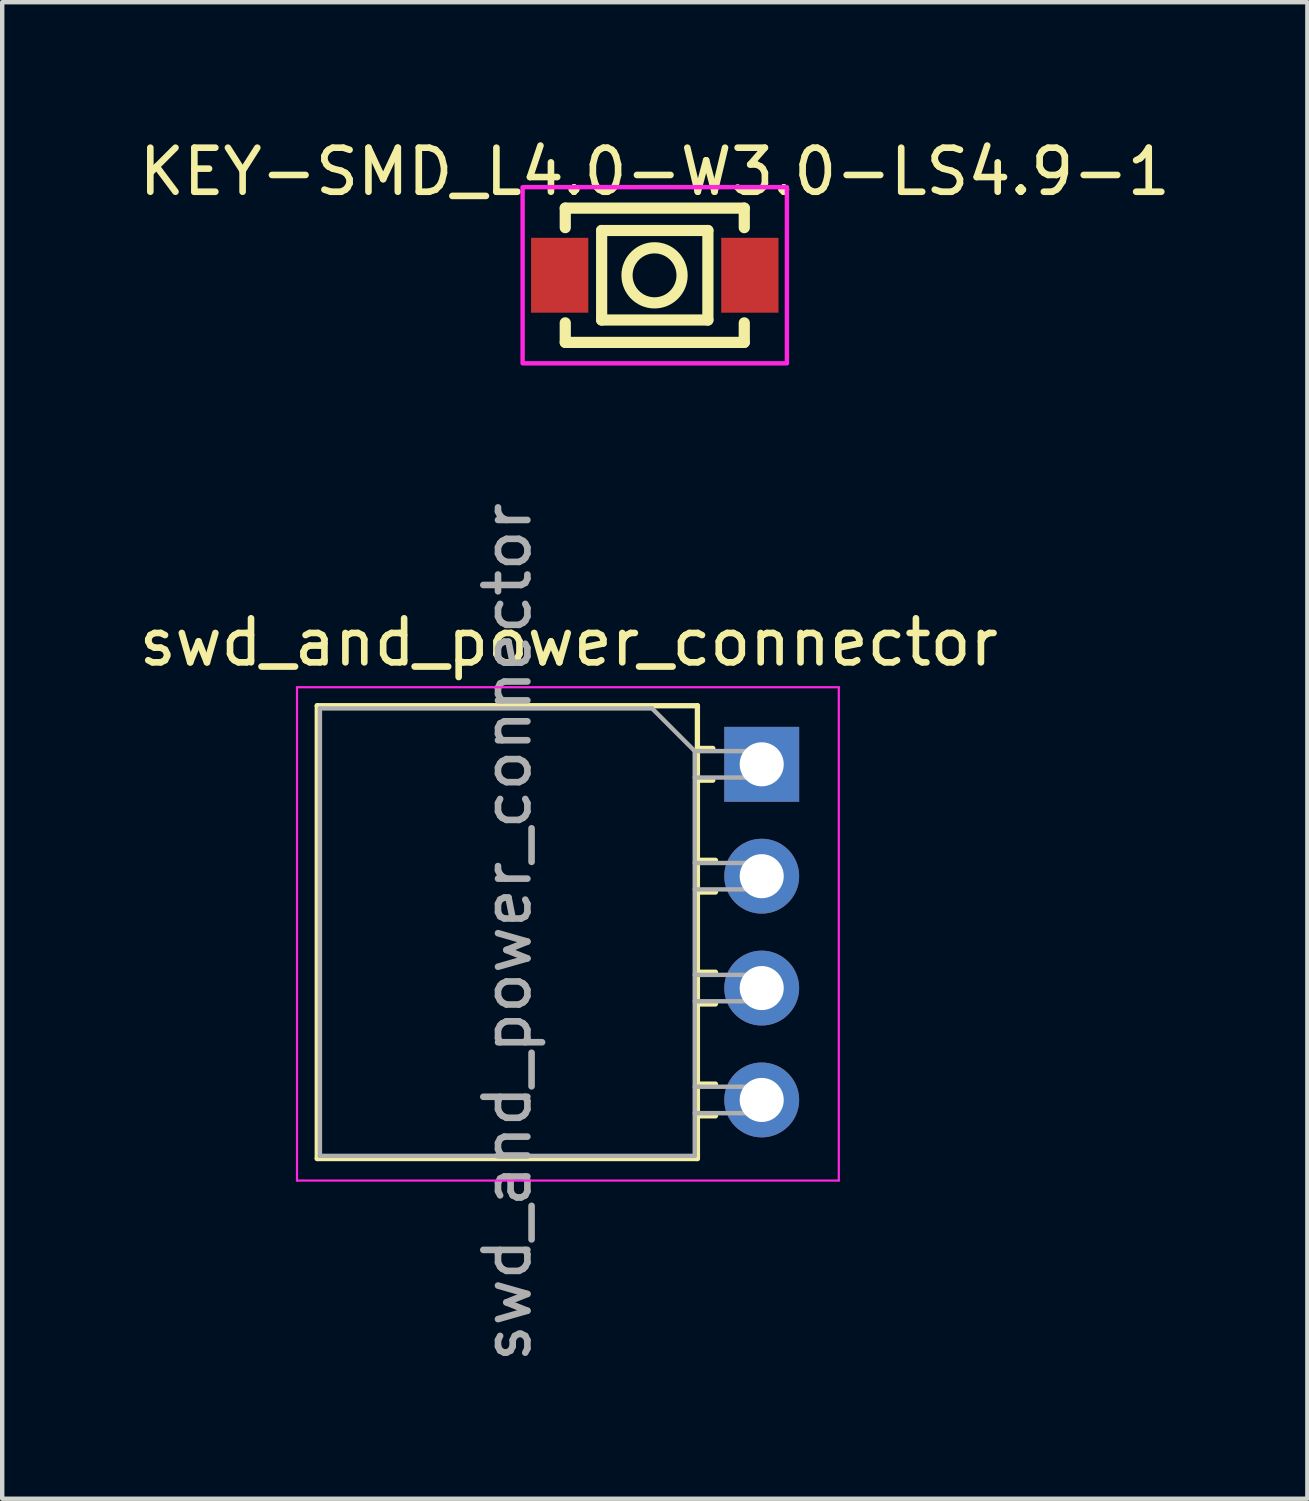
<source format=kicad_pcb>
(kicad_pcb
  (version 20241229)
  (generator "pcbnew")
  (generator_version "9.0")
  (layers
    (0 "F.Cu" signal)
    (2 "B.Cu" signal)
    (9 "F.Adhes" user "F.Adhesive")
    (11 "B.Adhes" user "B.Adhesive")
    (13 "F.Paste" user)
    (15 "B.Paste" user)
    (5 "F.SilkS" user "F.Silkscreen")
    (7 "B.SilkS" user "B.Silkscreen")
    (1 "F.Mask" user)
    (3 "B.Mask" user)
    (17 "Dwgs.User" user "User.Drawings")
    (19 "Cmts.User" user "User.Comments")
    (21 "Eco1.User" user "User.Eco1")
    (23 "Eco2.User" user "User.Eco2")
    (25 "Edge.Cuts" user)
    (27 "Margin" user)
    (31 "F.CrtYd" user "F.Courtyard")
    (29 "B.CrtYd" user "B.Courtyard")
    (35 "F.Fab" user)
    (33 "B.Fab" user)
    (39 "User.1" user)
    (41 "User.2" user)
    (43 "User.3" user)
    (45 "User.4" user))
  (footprint "KEY-SMD_L4.0-W3.0-LS4.9-1"
    (layer "F.Cu")
    (at 11.815 3.199)
    (property "Reference" "KEY-SMD_L4.0-W3.0-LS4.9-1" (at 0 -2.351 180) (layer "F.SilkS") (effects (font (size 1 1) (thickness 0.15))))
    (fp_line (start -2.032 -1.524) (end 2.032 -1.524) (stroke (width 0.254) (type default)) (layer "F.SilkS"))
    (fp_line (start -2.032 -1.081) (end -2.032 -1.524) (stroke (width 0.254) (type default)) (layer "F.SilkS"))
    (fp_line (start -2.032 1.524) (end -2.032 1.081) (stroke (width 0.254) (type default)) (layer "F.SilkS"))
    (fp_line (start -1.206 -1.016) (end 1.206 -1.016) (stroke (width 0.254) (type default)) (layer "F.SilkS"))
    (fp_line (start -1.206 1.016) (end -1.206 -1.016) (stroke (width 0.254) (type default)) (layer "F.SilkS"))
    (fp_line (start 1.206 -1.016) (end 1.206 1.016) (stroke (width 0.254) (type default)) (layer "F.SilkS"))
    (fp_line (start 1.206 1.016) (end -1.206 1.016) (stroke (width 0.254) (type default)) (layer "F.SilkS"))
    (fp_line (start 2.032 -1.524) (end 2.032 -1.081) (stroke (width 0.254) (type default)) (layer "F.SilkS"))
    (fp_line (start 2.032 1.081) (end 2.032 1.524) (stroke (width 0.254) (type default)) (layer "F.SilkS"))
    (fp_line (start 2.032 1.524) (end -2.032 1.524) (stroke (width 0.254) (type default)) (layer "F.SilkS"))
    (fp_circle (center -0.005 0.002) (end 0.62 0.002) (stroke (width 0.254) (type default)) (fill no) (layer "F.SilkS"))
    (fp_rect (start -3 -2) (end 3 2) (stroke (width 0.1) (type solid)) (fill no) (layer "F.CrtYd"))
    (fp_line (start -1.95 -1.45) (end 1.95 -1.45) (stroke (width 0.051) (type default)) (layer "User.2"))
    (fp_line (start -1.95 1.45) (end -1.95 -1.45) (stroke (width 0.051) (type default)) (layer "User.2"))
    (fp_line (start 1.95 -1.45) (end 1.95 1.45) (stroke (width 0.051) (type default)) (layer "User.2"))
    (fp_line (start 1.95 1.45) (end -1.95 1.45) (stroke (width 0.051) (type default)) (layer "User.2"))
    (pad "1" smd rect (at -2.159 0) (size 1.3 1.7) (layers "F.Cu" "F.Mask" "F.Paste"))
    (pad "2" smd rect (at 2.159 0) (size 1.3 1.7) (layers "F.Cu" "F.Mask" "F.Paste")))
  (footprint "swd_and_power_connector"
    (layer "F.Cu")
    (at 14.243 14.302)
    (property "Reference" "swd_and_power_connector" (at -4.38 -2.77 180) (layer "F.SilkS") (effects (font (size 1 1) (thickness 0.15))))
    (attr through_hole)
    (fp_line (start -10.09 -1.33) (end -10.09 8.95) (stroke (width 0.12) (type solid)) (layer "F.SilkS"))
    (fp_line (start -10.09 -1.33) (end -1.46 -1.33) (stroke (width 0.12) (type solid)) (layer "F.SilkS"))
    (fp_line (start -10.09 8.95) (end -1.46 8.95) (stroke (width 0.12) (type solid)) (layer "F.SilkS"))
    (fp_line (start -1.46 -1.33) (end -1.46 8.95) (stroke (width 0.12) (type solid)) (layer "F.SilkS"))
    (fp_line (start -1.46 -0.36) (end -1.11 -0.36) (stroke (width 0.12) (type solid)) (layer "F.SilkS"))
    (fp_line (start -1.46 0.36) (end -1.11 0.36) (stroke (width 0.12) (type solid)) (layer "F.SilkS"))
    (fp_line (start -1.46 2.18) (end -1.05 2.18) (stroke (width 0.12) (type solid)) (layer "F.SilkS"))
    (fp_line (start -1.46 2.9) (end -1.05 2.9) (stroke (width 0.12) (type solid)) (layer "F.SilkS"))
    (fp_line (start -1.46 4.72) (end -1.05 4.72) (stroke (width 0.12) (type solid)) (layer "F.SilkS"))
    (fp_line (start -1.46 5.44) (end -1.05 5.44) (stroke (width 0.12) (type solid)) (layer "F.SilkS"))
    (fp_line (start -1.46 7.26) (end -1.05 7.26) (stroke (width 0.12) (type solid)) (layer "F.SilkS"))
    (fp_line (start -1.46 7.98) (end -1.05 7.98) (stroke (width 0.12) (type solid)) (layer "F.SilkS"))
    (fp_line (start -10.55 -1.75) (end -10.55 9.45) (stroke (width 0.05) (type solid)) (layer "F.CrtYd"))
    (fp_line (start -10.55 9.45) (end 1.75 9.45) (stroke (width 0.05) (type solid)) (layer "F.CrtYd"))
    (fp_line (start 1.75 -1.75) (end -10.55 -1.75) (stroke (width 0.05) (type solid)) (layer "F.CrtYd"))
    (fp_line (start 1.75 9.45) (end 1.75 -1.75) (stroke (width 0.05) (type solid)) (layer "F.CrtYd"))
    (fp_line (start -10.03 -1.27) (end -2.49 -1.27) (stroke (width 0.1) (type solid)) (layer "F.Fab"))
    (fp_line (start -10.03 8.89) (end -10.03 -1.27) (stroke (width 0.1) (type solid)) (layer "F.Fab"))
    (fp_line (start -2.49 -1.27) (end -1.52 -0.3) (stroke (width 0.1) (type solid)) (layer "F.Fab"))
    (fp_line (start -1.52 -0.3) (end -1.52 8.89) (stroke (width 0.1) (type solid)) (layer "F.Fab"))
    (fp_line (start -1.52 0.3) (end 0 0.3) (stroke (width 0.1) (type solid)) (layer "F.Fab"))
    (fp_line (start -1.52 2.84) (end 0 2.84) (stroke (width 0.1) (type solid)) (layer "F.Fab"))
    (fp_line (start -1.52 5.38) (end 0 5.38) (stroke (width 0.1) (type solid)) (layer "F.Fab"))
    (fp_line (start -1.52 7.92) (end 0 7.92) (stroke (width 0.1) (type solid)) (layer "F.Fab"))
    (fp_line (start -1.52 8.89) (end -10.03 8.89) (stroke (width 0.1) (type solid)) (layer "F.Fab"))
    (fp_line (start 0 -0.3) (end -1.52 -0.3) (stroke (width 0.1) (type solid)) (layer "F.Fab"))
    (fp_line (start 0 0.3) (end 0 -0.3) (stroke (width 0.1) (type solid)) (layer "F.Fab"))
    (fp_line (start 0 2.24) (end -1.52 2.24) (stroke (width 0.1) (type solid)) (layer "F.Fab"))
    (fp_line (start 0 2.84) (end 0 2.24) (stroke (width 0.1) (type solid)) (layer "F.Fab"))
    (fp_line (start 0 4.78) (end -1.52 4.78) (stroke (width 0.1) (type solid)) (layer "F.Fab"))
    (fp_line (start 0 5.38) (end 0 4.78) (stroke (width 0.1) (type solid)) (layer "F.Fab"))
    (fp_line (start 0 7.32) (end -1.52 7.32) (stroke (width 0.1) (type solid)) (layer "F.Fab"))
    (fp_line (start 0 7.92) (end 0 7.32) (stroke (width 0.1) (type solid)) (layer "F.Fab"))
    (fp_text user "${REFERENCE}" (at -5.775 3.81 90) (layer "F.Fab") (effects (font (size 1 1) (thickness 0.15))))
    (pad "1" thru_hole rect (at 0 0) (size 1.7 1.7) (drill 1) (layers "*.Cu" "*.Mask"))
    (pad "2" thru_hole circle (at 0 2.54) (size 1.7 1.7) (drill 1) (layers "*.Cu" "*.Mask"))
    (pad "3" thru_hole circle (at 0 5.08) (size 1.7 1.7) (drill 1) (layers "*.Cu" "*.Mask"))
    (pad "4" thru_hole circle (at 0 7.62) (size 1.7 1.7) (drill 1) (layers "*.Cu" "*.Mask")))
  (gr_rect
    (start -3 -3)
    (end 26.631 30.975)
    (stroke (width 0.1) (type default))
    (fill no)
    (layer "Edge.Cuts")))
</source>
